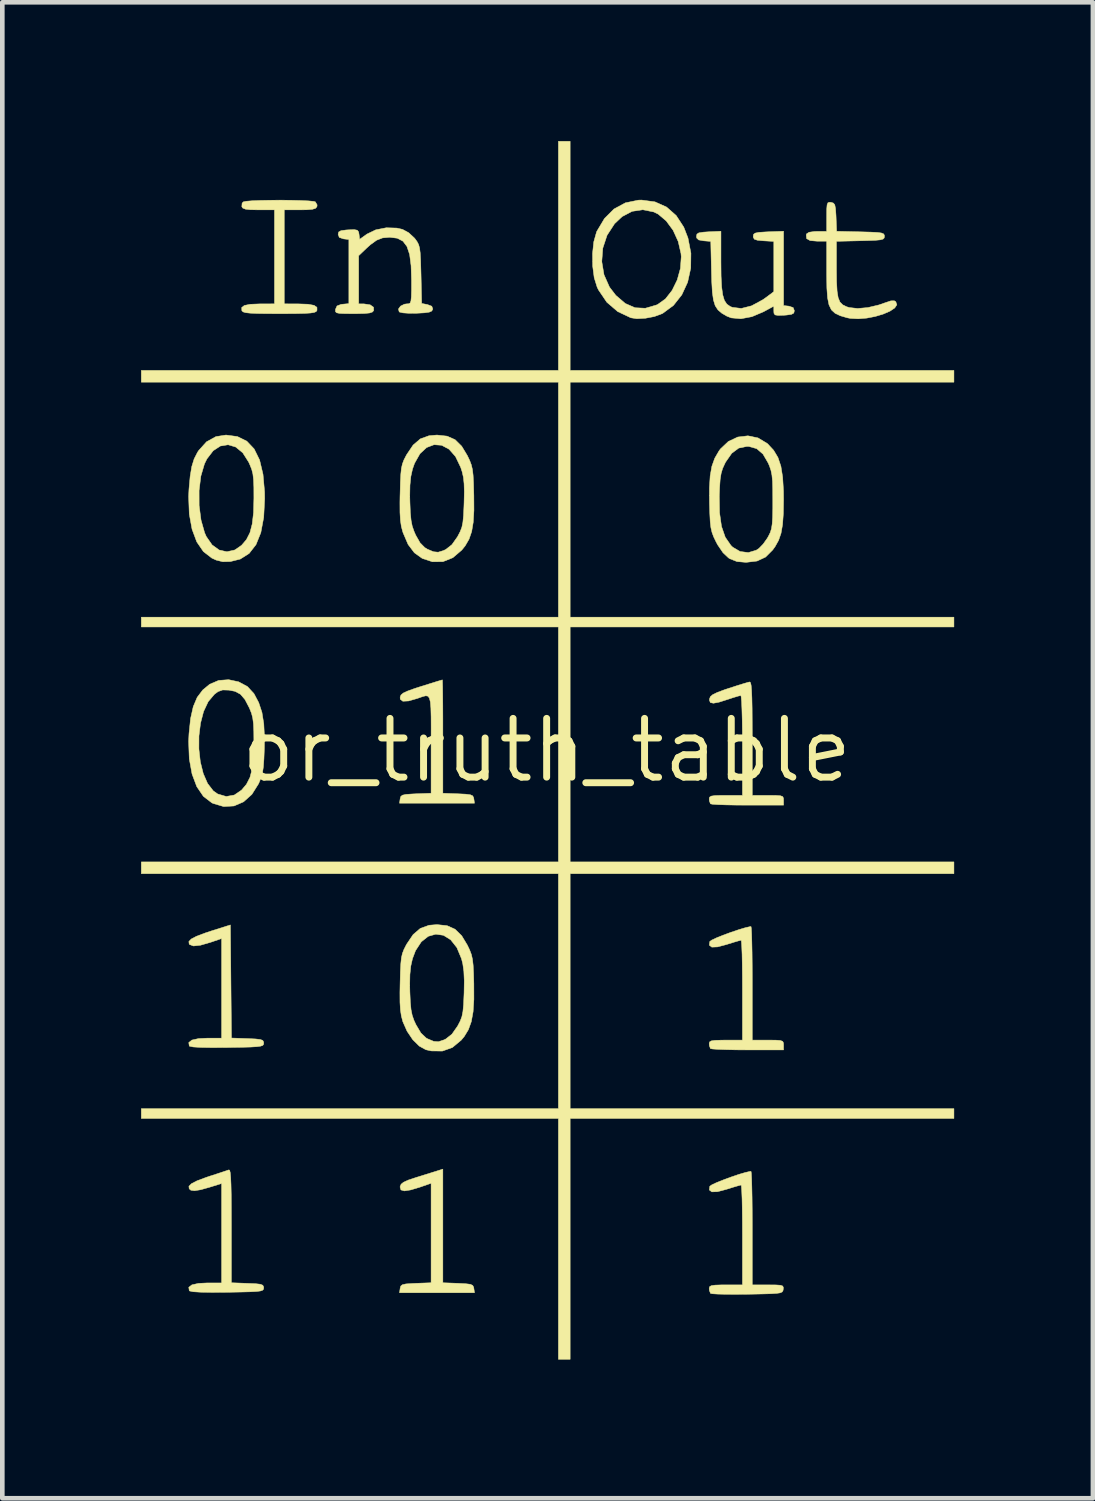
<source format=kicad_pcb>
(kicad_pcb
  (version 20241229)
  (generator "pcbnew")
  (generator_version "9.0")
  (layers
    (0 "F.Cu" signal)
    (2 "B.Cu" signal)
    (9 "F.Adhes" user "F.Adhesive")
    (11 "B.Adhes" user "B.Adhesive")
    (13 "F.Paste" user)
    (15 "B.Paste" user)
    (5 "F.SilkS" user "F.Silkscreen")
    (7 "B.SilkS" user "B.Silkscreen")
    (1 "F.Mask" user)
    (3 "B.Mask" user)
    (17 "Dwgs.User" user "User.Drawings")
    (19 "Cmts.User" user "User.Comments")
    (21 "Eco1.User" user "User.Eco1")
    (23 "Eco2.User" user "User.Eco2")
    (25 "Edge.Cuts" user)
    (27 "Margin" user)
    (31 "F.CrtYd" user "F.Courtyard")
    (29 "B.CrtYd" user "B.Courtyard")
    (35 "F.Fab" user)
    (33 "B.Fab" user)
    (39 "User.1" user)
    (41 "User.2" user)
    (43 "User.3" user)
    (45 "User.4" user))
  (footprint "or_truth_table"
    (layer "F.Cu")
    (at 8.768 13.171)
    (property "Reference" "or_truth_table" (at 0 0 0) (layer "F.SilkS") (effects (font (size 1.27 1.27) (thickness 0.15))))
    (attr through_hole)
    (fp_poly (pts (xy -2.244 11.511) (xy -1.916 11.523) (xy -1.75 11.532) (xy -1.65 11.544) (xy -1.599 11.568) (xy -1.578 11.607) (xy -1.574 11.631) (xy -1.56 11.726) (xy -3.181 11.726) (xy -3.167 11.631) (xy -3.154 11.583) (xy -3.118 11.553) (xy -3.042 11.536) (xy -2.908 11.527) (xy -2.826 11.523) (xy -2.498 11.511) (xy -2.498 9.36) (xy -2.737 9.443) (xy -2.94 9.504) (xy -3.076 9.525) (xy -3.15 9.504) (xy -3.169 9.441) (xy -3.167 9.431) (xy -3.147 9.381) (xy -3.093 9.337) (xy -2.989 9.29) (xy -2.82 9.234) (xy -2.794 9.226) (xy -2.62 9.172) (xy -2.467 9.124) (xy -2.361 9.091) (xy -2.339 9.084) (xy -2.244 9.054) (xy -2.244 11.511)) (stroke (width 0.01) (type solid)) (fill yes) (layer "F.SilkS"))
    (fp_poly (pts (xy 0.508 -8.213) (xy 8.805 -8.213) (xy 8.805 -7.959) (xy 0.508 -7.959) (xy 0.508 -2.879) (xy 8.805 -2.879) (xy 8.805 -2.667) (xy 0.508 -2.667) (xy 0.508 2.413) (xy 8.805 2.413) (xy 8.805 2.667) (xy 0.508 2.667) (xy 0.508 7.747) (xy 8.805 7.747) (xy 8.805 7.959) (xy 0.508 7.959) (xy 0.508 13.166) (xy 0.254 13.166) (xy 0.254 7.959) (xy -8.763 7.959) (xy -8.763 7.747) (xy 0.254 7.747) (xy 0.254 2.667) (xy -8.763 2.667) (xy -8.763 2.413) (xy 0.254 2.413) (xy 0.254 -2.667) (xy -8.763 -2.667) (xy -8.763 -2.879) (xy 0.254 -2.879) (xy 0.254 -7.959) (xy -8.763 -7.959) (xy -8.763 -8.213) (xy 0.254 -8.213) (xy 0.254 -13.166) (xy 0.508 -13.166) (xy 0.508 -8.213)) (stroke (width 0.01) (type solid)) (fill yes) (layer "F.SilkS"))
    (fp_poly (pts (xy -6.826 4.997) (xy -6.814 6.22) (xy -6.466 6.232) (xy -6.294 6.24) (xy -6.19 6.252) (xy -6.137 6.272) (xy -6.119 6.306) (xy -6.117 6.329) (xy -6.121 6.359) (xy -6.14 6.381) (xy -6.185 6.396) (xy -6.267 6.407) (xy -6.399 6.415) (xy -6.59 6.42) (xy -6.853 6.424) (xy -6.908 6.425) (xy -7.236 6.427) (xy -7.481 6.423) (xy -7.643 6.413) (xy -7.72 6.397) (xy -7.726 6.391) (xy -7.737 6.318) (xy -7.669 6.264) (xy -7.525 6.232) (xy -7.34 6.223) (xy -7.027 6.223) (xy -7.027 4.069) (xy -7.267 4.151) (xy -7.485 4.214) (xy -7.635 4.23) (xy -7.719 4.199) (xy -7.728 4.187) (xy -7.735 4.134) (xy -7.684 4.08) (xy -7.568 4.019) (xy -7.381 3.949) (xy -7.239 3.902) (xy -6.837 3.775) (xy -6.826 4.997)) (stroke (width 0.01) (type solid)) (fill yes) (layer "F.SilkS"))
    (fp_poly (pts (xy -2.252 -1.483) (xy -2.249 -1.368) (xy -2.247 -1.19) (xy -2.245 -0.959) (xy -2.244 -0.685) (xy -2.244 -0.379) (xy -2.244 -0.298) (xy -2.244 0.928) (xy -1.916 0.94) (xy -1.75 0.948) (xy -1.65 0.961) (xy -1.599 0.984) (xy -1.578 1.024) (xy -1.574 1.048) (xy -1.56 1.143) (xy -3.181 1.143) (xy -3.167 1.048) (xy -3.154 0.999) (xy -3.118 0.97) (xy -3.042 0.953) (xy -2.908 0.944) (xy -2.826 0.94) (xy -2.498 0.928) (xy -2.498 -0.129) (xy -2.497 -0.463) (xy -2.498 -0.721) (xy -2.503 -0.913) (xy -2.514 -1.045) (xy -2.535 -1.128) (xy -2.566 -1.17) (xy -2.612 -1.179) (xy -2.675 -1.164) (xy -2.758 -1.135) (xy -2.794 -1.122) (xy -2.985 -1.067) (xy -3.109 -1.061) (xy -3.165 -1.105) (xy -3.167 -1.151) (xy -3.149 -1.196) (xy -3.1 -1.238) (xy -3.005 -1.282) (xy -2.852 -1.337) (xy -2.709 -1.383) (xy -2.529 -1.439) (xy -2.382 -1.485) (xy -2.285 -1.514) (xy -2.254 -1.523) (xy -2.252 -1.483)) (stroke (width 0.01) (type solid)) (fill yes) (layer "F.SilkS"))
    (fp_poly (pts (xy -6.853 9.081) (xy -6.84 9.132) (xy -6.831 9.231) (xy -6.824 9.385) (xy -6.819 9.601) (xy -6.817 9.887) (xy -6.816 10.249) (xy -6.816 10.281) (xy -6.816 11.511) (xy -6.466 11.524) (xy -6.294 11.531) (xy -6.19 11.543) (xy -6.137 11.564) (xy -6.119 11.598) (xy -6.117 11.62) (xy -6.121 11.65) (xy -6.14 11.672) (xy -6.185 11.688) (xy -6.267 11.699) (xy -6.399 11.706) (xy -6.59 11.711) (xy -6.853 11.716) (xy -6.908 11.717) (xy -7.236 11.719) (xy -7.481 11.715) (xy -7.643 11.705) (xy -7.72 11.688) (xy -7.726 11.683) (xy -7.737 11.609) (xy -7.669 11.556) (xy -7.525 11.524) (xy -7.34 11.515) (xy -7.027 11.515) (xy -7.027 9.365) (xy -7.285 9.445) (xy -7.481 9.5) (xy -7.612 9.521) (xy -7.692 9.51) (xy -7.728 9.479) (xy -7.734 9.425) (xy -7.679 9.369) (xy -7.557 9.306) (xy -7.361 9.233) (xy -7.281 9.206) (xy -7.114 9.152) (xy -6.975 9.106) (xy -6.886 9.076) (xy -6.869 9.07) (xy -6.853 9.081)) (stroke (width 0.01) (type solid)) (fill yes) (layer "F.SilkS"))
    (fp_poly (pts (xy -5.519 -11.891) (xy -5.315 -11.886) (xy -5.148 -11.878) (xy -5.036 -11.867) (xy -5 -11.857) (xy -4.962 -11.791) (xy -4.967 -11.752) (xy -4.997 -11.717) (xy -5.066 -11.696) (xy -5.189 -11.686) (xy -5.333 -11.684) (xy -5.673 -11.684) (xy -5.673 -9.652) (xy -5.366 -9.651) (xy -5.159 -9.644) (xy -5.028 -9.62) (xy -4.966 -9.577) (xy -4.965 -9.512) (xy -4.967 -9.508) (xy -4.985 -9.484) (xy -5.028 -9.466) (xy -5.106 -9.454) (xy -5.23 -9.446) (xy -5.412 -9.442) (xy -5.664 -9.44) (xy -5.779 -9.44) (xy -6.059 -9.441) (xy -6.266 -9.444) (xy -6.41 -9.451) (xy -6.504 -9.461) (xy -6.559 -9.477) (xy -6.585 -9.498) (xy -6.59 -9.508) (xy -6.592 -9.574) (xy -6.534 -9.618) (xy -6.407 -9.643) (xy -6.205 -9.651) (xy -6.191 -9.651) (xy -5.884 -9.652) (xy -5.884 -11.684) (xy -6.224 -11.684) (xy -6.402 -11.687) (xy -6.511 -11.699) (xy -6.57 -11.723) (xy -6.59 -11.752) (xy -6.584 -11.829) (xy -6.557 -11.857) (xy -6.494 -11.87) (xy -6.364 -11.881) (xy -6.184 -11.888) (xy -5.971 -11.892) (xy -5.744 -11.894) (xy -5.519 -11.891)) (stroke (width 0.01) (type solid)) (fill yes) (layer "F.SilkS"))
    (fp_poly (pts (xy 4.425 3.851) (xy 4.431 3.965) (xy 4.436 4.144) (xy 4.441 4.375) (xy 4.444 4.649) (xy 4.445 4.955) (xy 4.445 5.038) (xy 4.445 6.265) (xy 4.784 6.265) (xy 4.952 6.266) (xy 5.052 6.273) (xy 5.103 6.292) (xy 5.12 6.327) (xy 5.122 6.371) (xy 5.122 6.477) (xy 4.346 6.477) (xy 4.098 6.476) (xy 3.88 6.471) (xy 3.705 6.465) (xy 3.587 6.457) (xy 3.542 6.449) (xy 3.518 6.387) (xy 3.514 6.343) (xy 3.522 6.305) (xy 3.559 6.282) (xy 3.64 6.27) (xy 3.782 6.266) (xy 3.873 6.265) (xy 4.233 6.265) (xy 4.233 5.186) (xy 4.232 4.894) (xy 4.229 4.631) (xy 4.225 4.41) (xy 4.218 4.242) (xy 4.211 4.137) (xy 4.205 4.106) (xy 4.153 4.118) (xy 4.043 4.15) (xy 3.899 4.195) (xy 3.887 4.199) (xy 3.694 4.25) (xy 3.571 4.255) (xy 3.517 4.213) (xy 3.527 4.133) (xy 3.572 4.101) (xy 3.677 4.052) (xy 3.823 3.994) (xy 3.988 3.933) (xy 4.152 3.878) (xy 4.295 3.835) (xy 4.396 3.812) (xy 4.418 3.81) (xy 4.425 3.851)) (stroke (width 0.01) (type solid)) (fill yes) (layer "F.SilkS"))
    (fp_poly (pts (xy 4.408 -1.461) (xy 4.421 -1.403) (xy 4.43 -1.297) (xy 4.437 -1.134) (xy 4.442 -0.909) (xy 4.444 -0.614) (xy 4.445 -0.254) (xy 4.445 0.974) (xy 4.784 0.974) (xy 4.952 0.975) (xy 5.052 0.982) (xy 5.103 1) (xy 5.12 1.035) (xy 5.122 1.079) (xy 5.122 1.185) (xy 4.346 1.185) (xy 4.098 1.184) (xy 3.88 1.18) (xy 3.705 1.174) (xy 3.587 1.166) (xy 3.542 1.157) (xy 3.518 1.095) (xy 3.514 1.051) (xy 3.522 1.013) (xy 3.559 0.99) (xy 3.64 0.978) (xy 3.782 0.974) (xy 3.873 0.974) (xy 4.233 0.974) (xy 4.233 -0.106) (xy 4.232 -0.398) (xy 4.228 -0.66) (xy 4.222 -0.881) (xy 4.215 -1.05) (xy 4.206 -1.155) (xy 4.198 -1.185) (xy 4.141 -1.172) (xy 4.031 -1.139) (xy 3.916 -1.101) (xy 3.728 -1.041) (xy 3.606 -1.018) (xy 3.54 -1.032) (xy 3.519 -1.082) (xy 3.521 -1.111) (xy 3.54 -1.16) (xy 3.591 -1.204) (xy 3.688 -1.251) (xy 3.846 -1.31) (xy 3.937 -1.34) (xy 4.113 -1.397) (xy 4.261 -1.443) (xy 4.362 -1.472) (xy 4.392 -1.478) (xy 4.408 -1.461)) (stroke (width 0.01) (type solid)) (fill yes) (layer "F.SilkS"))
    (fp_poly (pts (xy 4.425 9.142) (xy 4.431 9.257) (xy 4.436 9.435) (xy 4.441 9.667) (xy 4.444 9.941) (xy 4.445 10.247) (xy 4.445 10.329) (xy 4.445 11.557) (xy 4.787 11.557) (xy 4.955 11.558) (xy 5.056 11.565) (xy 5.104 11.582) (xy 5.118 11.615) (xy 5.115 11.652) (xy 5.108 11.686) (xy 5.089 11.711) (xy 5.048 11.729) (xy 4.973 11.74) (xy 4.851 11.748) (xy 4.671 11.753) (xy 4.422 11.758) (xy 4.337 11.759) (xy 4.09 11.761) (xy 3.874 11.76) (xy 3.701 11.756) (xy 3.586 11.749) (xy 3.543 11.741) (xy 3.518 11.678) (xy 3.514 11.635) (xy 3.522 11.597) (xy 3.559 11.574) (xy 3.64 11.562) (xy 3.782 11.557) (xy 3.873 11.557) (xy 4.233 11.557) (xy 4.233 10.477) (xy 4.232 10.185) (xy 4.229 9.923) (xy 4.225 9.702) (xy 4.218 9.533) (xy 4.211 9.429) (xy 4.205 9.398) (xy 4.153 9.41) (xy 4.043 9.442) (xy 3.899 9.487) (xy 3.887 9.491) (xy 3.694 9.542) (xy 3.571 9.546) (xy 3.517 9.505) (xy 3.527 9.425) (xy 3.572 9.393) (xy 3.677 9.344) (xy 3.823 9.286) (xy 3.988 9.225) (xy 4.152 9.169) (xy 4.295 9.127) (xy 4.396 9.104) (xy 4.418 9.102) (xy 4.425 9.142)) (stroke (width 0.01) (type solid)) (fill yes) (layer "F.SilkS"))
    (fp_poly (pts (xy 2.342 -11.857) (xy 2.592 -11.745) (xy 2.801 -11.561) (xy 2.965 -11.309) (xy 3.055 -11.077) (xy 3.119 -10.748) (xy 3.115 -10.425) (xy 3.048 -10.12) (xy 2.922 -9.847) (xy 2.742 -9.619) (xy 2.511 -9.448) (xy 2.493 -9.439) (xy 2.329 -9.378) (xy 2.136 -9.341) (xy 1.95 -9.331) (xy 1.82 -9.351) (xy 1.536 -9.485) (xy 1.301 -9.687) (xy 1.12 -9.954) (xy 1.092 -10.012) (xy 1.028 -10.217) (xy 0.995 -10.47) (xy 0.994 -10.566) (xy 1.192 -10.566) (xy 1.24 -10.281) (xy 1.358 -10.015) (xy 1.496 -9.835) (xy 1.701 -9.66) (xy 1.911 -9.568) (xy 2.133 -9.557) (xy 2.373 -9.627) (xy 2.402 -9.64) (xy 2.569 -9.76) (xy 2.712 -9.943) (xy 2.823 -10.169) (xy 2.892 -10.419) (xy 2.91 -10.671) (xy 2.904 -10.741) (xy 2.844 -11.001) (xy 2.734 -11.242) (xy 2.585 -11.445) (xy 2.411 -11.592) (xy 2.315 -11.639) (xy 2.078 -11.687) (xy 1.847 -11.652) (xy 1.631 -11.538) (xy 1.468 -11.384) (xy 1.306 -11.135) (xy 1.214 -10.856) (xy 1.192 -10.566) (xy 0.994 -10.566) (xy 0.992 -10.739) (xy 1.019 -10.993) (xy 1.078 -11.203) (xy 1.085 -11.22) (xy 1.25 -11.497) (xy 1.456 -11.703) (xy 1.702 -11.836) (xy 1.983 -11.894) (xy 2.053 -11.896) (xy 2.342 -11.857)) (stroke (width 0.01) (type solid)) (fill yes) (layer "F.SilkS"))
    (fp_poly (pts (xy 3.768 -10.563) (xy 3.771 -10.255) (xy 3.783 -10.02) (xy 3.806 -9.848) (xy 3.842 -9.727) (xy 3.896 -9.646) (xy 3.969 -9.595) (xy 4.013 -9.577) (xy 4.208 -9.553) (xy 4.429 -9.609) (xy 4.675 -9.742) (xy 4.773 -9.812) (xy 4.911 -9.916) (xy 4.911 -11.002) (xy 4.688 -11.015) (xy 4.557 -11.027) (xy 4.49 -11.05) (xy 4.467 -11.092) (xy 4.466 -11.113) (xy 4.474 -11.156) (xy 4.51 -11.182) (xy 4.59 -11.198) (xy 4.733 -11.207) (xy 4.794 -11.21) (xy 5.122 -11.222) (xy 5.122 -9.615) (xy 5.239 -9.602) (xy 5.33 -9.571) (xy 5.355 -9.504) (xy 5.343 -9.453) (xy 5.293 -9.425) (xy 5.186 -9.41) (xy 5.133 -9.406) (xy 5.004 -9.402) (xy 4.938 -9.413) (xy 4.914 -9.448) (xy 4.911 -9.498) (xy 4.911 -9.602) (xy 4.688 -9.481) (xy 4.438 -9.375) (xy 4.2 -9.33) (xy 3.991 -9.349) (xy 3.898 -9.385) (xy 3.785 -9.451) (xy 3.703 -9.522) (xy 3.644 -9.612) (xy 3.606 -9.735) (xy 3.582 -9.905) (xy 3.569 -10.135) (xy 3.563 -10.351) (xy 3.548 -11.002) (xy 3.393 -11.015) (xy 3.287 -11.034) (xy 3.243 -11.076) (xy 3.239 -11.113) (xy 3.249 -11.16) (xy 3.291 -11.187) (xy 3.385 -11.202) (xy 3.503 -11.21) (xy 3.768 -11.222) (xy 3.768 -10.563)) (stroke (width 0.01) (type solid)) (fill yes) (layer "F.SilkS"))
    (fp_poly (pts (xy -6.685 -6.783) (xy -6.482 -6.683) (xy -6.323 -6.515) (xy -6.206 -6.277) (xy -6.132 -5.967) (xy -6.098 -5.585) (xy -6.096 -5.44) (xy -6.117 -5.036) (xy -6.179 -4.706) (xy -6.284 -4.446) (xy -6.432 -4.256) (xy -6.624 -4.134) (xy -6.837 -4.081) (xy -7.002 -4.077) (xy -7.143 -4.112) (xy -7.239 -4.156) (xy -7.421 -4.297) (xy -7.564 -4.506) (xy -7.666 -4.779) (xy -7.726 -5.108) (xy -7.74 -5.485) (xy -7.734 -5.617) (xy -7.514 -5.617) (xy -7.513 -5.292) (xy -7.472 -4.977) (xy -7.394 -4.702) (xy -7.358 -4.621) (xy -7.233 -4.441) (xy -7.08 -4.33) (xy -6.912 -4.293) (xy -6.74 -4.332) (xy -6.596 -4.432) (xy -6.49 -4.556) (xy -6.414 -4.706) (xy -6.365 -4.894) (xy -6.337 -5.137) (xy -6.329 -5.448) (xy -6.329 -5.461) (xy -6.33 -5.689) (xy -6.337 -5.853) (xy -6.351 -5.975) (xy -6.377 -6.077) (xy -6.418 -6.178) (xy -6.442 -6.231) (xy -6.57 -6.432) (xy -6.722 -6.557) (xy -6.887 -6.606) (xy -7.053 -6.579) (xy -7.209 -6.477) (xy -7.345 -6.3) (xy -7.398 -6.192) (xy -7.476 -5.927) (xy -7.514 -5.617) (xy -7.734 -5.617) (xy -7.732 -5.652) (xy -7.707 -5.925) (xy -7.672 -6.135) (xy -7.621 -6.3) (xy -7.549 -6.441) (xy -7.523 -6.481) (xy -7.353 -6.67) (xy -7.15 -6.782) (xy -6.932 -6.816) (xy -6.685 -6.783)) (stroke (width 0.01) (type solid)) (fill yes) (layer "F.SilkS"))
    (fp_poly (pts (xy -6.66 -1.481) (xy -6.469 -1.379) (xy -6.328 -1.226) (xy -6.225 -1.032) (xy -6.155 -0.82) (xy -6.115 -0.572) (xy -6.1 -0.271) (xy -6.103 -0.049) (xy -6.112 0.186) (xy -6.124 0.357) (xy -6.144 0.487) (xy -6.175 0.596) (xy -6.221 0.706) (xy -6.229 0.724) (xy -6.373 0.953) (xy -6.553 1.114) (xy -6.759 1.203) (xy -6.982 1.216) (xy -7.212 1.148) (xy -7.239 1.135) (xy -7.421 0.995) (xy -7.564 0.785) (xy -7.666 0.513) (xy -7.726 0.184) (xy -7.734 -0.027) (xy -7.518 -0.027) (xy -7.487 0.249) (xy -7.424 0.502) (xy -7.331 0.716) (xy -7.207 0.877) (xy -7.112 0.944) (xy -6.928 0.998) (xy -6.753 0.967) (xy -6.596 0.86) (xy -6.49 0.735) (xy -6.414 0.586) (xy -6.365 0.397) (xy -6.337 0.155) (xy -6.329 -0.157) (xy -6.329 -0.169) (xy -6.331 -0.402) (xy -6.338 -0.57) (xy -6.354 -0.696) (xy -6.38 -0.799) (xy -6.421 -0.902) (xy -6.428 -0.918) (xy -6.522 -1.098) (xy -6.619 -1.212) (xy -6.737 -1.275) (xy -6.869 -1.301) (xy -7.004 -1.305) (xy -7.103 -1.27) (xy -7.182 -1.212) (xy -7.317 -1.052) (xy -7.417 -0.839) (xy -7.483 -0.586) (xy -7.517 -0.31) (xy -7.518 -0.027) (xy -7.734 -0.027) (xy -7.74 -0.194) (xy -7.732 -0.36) (xy -7.698 -0.687) (xy -7.64 -0.944) (xy -7.555 -1.145) (xy -7.435 -1.304) (xy -7.285 -1.428) (xy -7.091 -1.511) (xy -6.875 -1.527) (xy -6.66 -1.481)) (stroke (width 0.01) (type solid)) (fill yes) (layer "F.SilkS"))
    (fp_poly (pts (xy 6.149 -11.846) (xy 6.199 -11.831) (xy 6.229 -11.794) (xy 6.245 -11.713) (xy 6.255 -11.572) (xy 6.257 -11.527) (xy 6.269 -11.221) (xy 6.786 -11.209) (xy 7.002 -11.203) (xy 7.148 -11.196) (xy 7.237 -11.184) (xy 7.284 -11.165) (xy 7.301 -11.137) (xy 7.303 -11.113) (xy 7.297 -11.077) (xy 7.272 -11.052) (xy 7.213 -11.036) (xy 7.107 -11.026) (xy 6.939 -11.02) (xy 6.784 -11.016) (xy 6.265 -11.004) (xy 6.265 -10.401) (xy 6.268 -10.129) (xy 6.279 -9.928) (xy 6.302 -9.786) (xy 6.341 -9.691) (xy 6.402 -9.63) (xy 6.487 -9.589) (xy 6.544 -9.572) (xy 6.723 -9.552) (xy 6.945 -9.572) (xy 7.184 -9.629) (xy 7.316 -9.675) (xy 7.442 -9.717) (xy 7.517 -9.718) (xy 7.548 -9.699) (xy 7.571 -9.632) (xy 7.525 -9.563) (xy 7.422 -9.494) (xy 7.278 -9.432) (xy 7.106 -9.38) (xy 6.92 -9.344) (xy 6.735 -9.329) (xy 6.565 -9.338) (xy 6.498 -9.351) (xy 6.348 -9.395) (xy 6.236 -9.448) (xy 6.156 -9.522) (xy 6.104 -9.63) (xy 6.073 -9.783) (xy 6.058 -9.994) (xy 6.054 -10.275) (xy 6.054 -10.339) (xy 6.054 -11.007) (xy 5.847 -11.007) (xy 5.696 -11.02) (xy 5.62 -11.063) (xy 5.612 -11.141) (xy 5.619 -11.165) (xy 5.673 -11.2) (xy 5.794 -11.217) (xy 5.846 -11.218) (xy 6.054 -11.218) (xy 6.054 -11.539) (xy 6.055 -11.701) (xy 6.063 -11.795) (xy 6.082 -11.839) (xy 6.118 -11.849) (xy 6.149 -11.846)) (stroke (width 0.01) (type solid)) (fill yes) (layer "F.SilkS"))
    (fp_poly (pts (xy 4.569 -6.754) (xy 4.767 -6.635) (xy 4.781 -6.623) (xy 4.907 -6.487) (xy 5 -6.332) (xy 5.064 -6.143) (xy 5.102 -5.906) (xy 5.12 -5.607) (xy 5.122 -5.42) (xy 5.117 -5.116) (xy 5.1 -4.879) (xy 5.067 -4.692) (xy 5.014 -4.539) (xy 4.938 -4.403) (xy 4.886 -4.331) (xy 4.733 -4.178) (xy 4.549 -4.092) (xy 4.316 -4.064) (xy 4.305 -4.064) (xy 4.114 -4.081) (xy 3.964 -4.14) (xy 3.933 -4.159) (xy 3.813 -4.272) (xy 3.696 -4.444) (xy 3.662 -4.508) (xy 3.61 -4.616) (xy 3.575 -4.711) (xy 3.551 -4.814) (xy 3.536 -4.943) (xy 3.527 -5.118) (xy 3.52 -5.347) (xy 3.519 -5.503) (xy 3.732 -5.503) (xy 3.738 -5.137) (xy 3.78 -4.841) (xy 3.861 -4.607) (xy 3.983 -4.43) (xy 4.022 -4.392) (xy 4.182 -4.298) (xy 4.36 -4.275) (xy 4.531 -4.326) (xy 4.589 -4.364) (xy 4.68 -4.458) (xy 4.771 -4.586) (xy 4.795 -4.629) (xy 4.834 -4.708) (xy 4.86 -4.79) (xy 4.876 -4.893) (xy 4.885 -5.033) (xy 4.889 -5.229) (xy 4.889 -5.397) (xy 4.888 -5.641) (xy 4.883 -5.819) (xy 4.87 -5.951) (xy 4.849 -6.053) (xy 4.817 -6.147) (xy 4.79 -6.21) (xy 4.677 -6.404) (xy 4.542 -6.521) (xy 4.377 -6.568) (xy 4.329 -6.57) (xy 4.153 -6.534) (xy 4.002 -6.422) (xy 3.869 -6.232) (xy 3.853 -6.2) (xy 3.804 -6.093) (xy 3.772 -5.985) (xy 3.751 -5.853) (xy 3.739 -5.676) (xy 3.732 -5.503) (xy 3.519 -5.503) (xy 3.519 -5.673) (xy 3.535 -5.933) (xy 3.572 -6.141) (xy 3.634 -6.314) (xy 3.723 -6.468) (xy 3.756 -6.514) (xy 3.928 -6.677) (xy 4.132 -6.773) (xy 4.352 -6.799) (xy 4.569 -6.754)) (stroke (width 0.01) (type solid)) (fill yes) (layer "F.SilkS"))
    (fp_poly (pts (xy -2.152 3.791) (xy -1.98 3.868) (xy -1.837 4.008) (xy -1.714 4.212) (xy -1.663 4.32) (xy -1.627 4.415) (xy -1.604 4.517) (xy -1.589 4.646) (xy -1.58 4.821) (xy -1.574 5.048) (xy -1.573 5.384) (xy -1.59 5.652) (xy -1.629 5.866) (xy -1.692 6.04) (xy -1.783 6.189) (xy -1.847 6.266) (xy -2.038 6.425) (xy -2.254 6.502) (xy -2.495 6.499) (xy -2.611 6.473) (xy -2.753 6.395) (xy -2.895 6.255) (xy -3.018 6.072) (xy -3.108 5.868) (xy -3.11 5.862) (xy -3.141 5.744) (xy -3.161 5.612) (xy -3.171 5.448) (xy -3.172 5.232) (xy -3.169 5.076) (xy -2.96 5.076) (xy -2.957 5.222) (xy -2.947 5.443) (xy -2.932 5.603) (xy -2.907 5.727) (xy -2.868 5.84) (xy -2.825 5.932) (xy -2.718 6.112) (xy -2.604 6.22) (xy -2.571 6.238) (xy -2.442 6.292) (xy -2.34 6.3) (xy -2.222 6.261) (xy -2.182 6.242) (xy -2.049 6.138) (xy -1.924 5.96) (xy -1.922 5.956) (xy -1.868 5.852) (xy -1.832 5.756) (xy -1.81 5.645) (xy -1.796 5.498) (xy -1.787 5.292) (xy -1.785 5.243) (xy -1.781 4.981) (xy -1.79 4.78) (xy -1.813 4.616) (xy -1.841 4.505) (xy -1.941 4.265) (xy -2.075 4.096) (xy -2.231 3.999) (xy -2.396 3.975) (xy -2.56 4.021) (xy -2.71 4.14) (xy -2.835 4.331) (xy -2.901 4.506) (xy -2.937 4.665) (xy -2.956 4.847) (xy -2.96 5.076) (xy -3.169 5.076) (xy -3.168 5.027) (xy -3.162 4.787) (xy -3.153 4.613) (xy -3.14 4.487) (xy -3.118 4.39) (xy -3.085 4.305) (xy -3.038 4.212) (xy -3.027 4.192) (xy -2.887 3.984) (xy -2.731 3.85) (xy -2.543 3.782) (xy -2.371 3.768) (xy -2.152 3.791)) (stroke (width 0.01) (type solid)) (fill yes) (layer "F.SilkS"))
    (fp_poly (pts (xy -2.152 -6.792) (xy -1.98 -6.716) (xy -1.837 -6.575) (xy -1.714 -6.371) (xy -1.664 -6.266) (xy -1.629 -6.173) (xy -1.605 -6.073) (xy -1.59 -5.948) (xy -1.581 -5.779) (xy -1.575 -5.546) (xy -1.574 -5.513) (xy -1.572 -5.188) (xy -1.587 -4.932) (xy -1.621 -4.729) (xy -1.678 -4.564) (xy -1.761 -4.421) (xy -1.835 -4.329) (xy -2.028 -4.164) (xy -2.241 -4.079) (xy -2.469 -4.076) (xy -2.688 -4.148) (xy -2.859 -4.27) (xy -2.995 -4.45) (xy -3.103 -4.701) (xy -3.112 -4.728) (xy -3.142 -4.842) (xy -3.161 -4.973) (xy -3.171 -5.14) (xy -3.172 -5.36) (xy -3.17 -5.494) (xy -2.959 -5.494) (xy -2.956 -5.364) (xy -2.947 -5.139) (xy -2.931 -4.974) (xy -2.906 -4.846) (xy -2.865 -4.73) (xy -2.832 -4.654) (xy -2.737 -4.487) (xy -2.635 -4.383) (xy -2.578 -4.348) (xy -2.447 -4.293) (xy -2.346 -4.283) (xy -2.234 -4.317) (xy -2.182 -4.341) (xy -2.049 -4.445) (xy -1.924 -4.622) (xy -1.922 -4.627) (xy -1.869 -4.729) (xy -1.833 -4.823) (xy -1.811 -4.93) (xy -1.797 -5.073) (xy -1.788 -5.271) (xy -1.785 -5.355) (xy -1.78 -5.59) (xy -1.785 -5.763) (xy -1.799 -5.9) (xy -1.827 -6.022) (xy -1.858 -6.117) (xy -1.97 -6.351) (xy -2.111 -6.51) (xy -2.27 -6.595) (xy -2.434 -6.607) (xy -2.595 -6.546) (xy -2.739 -6.412) (xy -2.856 -6.205) (xy -2.9 -6.08) (xy -2.936 -5.919) (xy -2.955 -5.731) (xy -2.959 -5.494) (xy -3.17 -5.494) (xy -3.168 -5.554) (xy -3.162 -5.795) (xy -3.153 -5.969) (xy -3.14 -6.095) (xy -3.118 -6.192) (xy -3.086 -6.277) (xy -3.039 -6.369) (xy -3.027 -6.391) (xy -2.887 -6.599) (xy -2.731 -6.733) (xy -2.543 -6.801) (xy -2.371 -6.816) (xy -2.152 -6.792)) (stroke (width 0.01) (type solid)) (fill yes) (layer "F.SilkS"))
    (fp_poly (pts (xy -3.236 -11.29) (xy -3.116 -11.262) (xy -2.983 -11.19) (xy -2.861 -11.077) (xy -2.846 -11.06) (xy -2.801 -10.997) (xy -2.769 -10.936) (xy -2.748 -10.862) (xy -2.734 -10.757) (xy -2.725 -10.606) (xy -2.719 -10.393) (xy -2.716 -10.284) (xy -2.702 -9.661) (xy -2.575 -9.636) (xy -2.483 -9.601) (xy -2.462 -9.542) (xy -2.463 -9.536) (xy -2.484 -9.497) (xy -2.538 -9.473) (xy -2.644 -9.458) (xy -2.812 -9.449) (xy -2.976 -9.448) (xy -3.107 -9.457) (xy -3.182 -9.475) (xy -3.188 -9.479) (xy -3.204 -9.54) (xy -3.159 -9.603) (xy -3.075 -9.645) (xy -3.022 -9.652) (xy -2.979 -9.654) (xy -2.951 -9.671) (xy -2.934 -9.716) (xy -2.925 -9.804) (xy -2.921 -9.948) (xy -2.921 -10.161) (xy -2.931 -10.477) (xy -2.962 -10.718) (xy -3.02 -10.892) (xy -3.107 -11.007) (xy -3.229 -11.071) (xy -3.389 -11.091) (xy -3.399 -11.091) (xy -3.547 -11.078) (xy -3.676 -11.028) (xy -3.813 -10.929) (xy -3.905 -10.845) (xy -4.064 -10.693) (xy -4.064 -9.652) (xy -3.948 -9.651) (xy -3.815 -9.631) (xy -3.742 -9.579) (xy -3.739 -9.508) (xy -3.766 -9.476) (xy -3.827 -9.455) (xy -3.937 -9.444) (xy -4.113 -9.44) (xy -4.171 -9.44) (xy -4.359 -9.441) (xy -4.477 -9.446) (xy -4.54 -9.459) (xy -4.565 -9.483) (xy -4.566 -9.523) (xy -4.564 -9.536) (xy -4.532 -9.607) (xy -4.446 -9.64) (xy -4.413 -9.644) (xy -4.276 -9.657) (xy -4.276 -11.043) (xy -4.392 -11.057) (xy -4.483 -11.088) (xy -4.508 -11.155) (xy -4.496 -11.206) (xy -4.446 -11.234) (xy -4.337 -11.249) (xy -4.289 -11.252) (xy -4.161 -11.257) (xy -4.093 -11.244) (xy -4.065 -11.206) (xy -4.056 -11.156) (xy -4.043 -11.047) (xy -3.884 -11.161) (xy -3.695 -11.252) (xy -3.467 -11.297) (xy -3.236 -11.29)) (stroke (width 0.01) (type solid)) (fill yes) (layer "F.SilkS")))
  (gr_rect
    (start -3 -3)
    (end 20.578 29.341)
    (stroke (width 0.1) (type default))
    (fill no)
    (layer "Edge.Cuts")))
</source>
